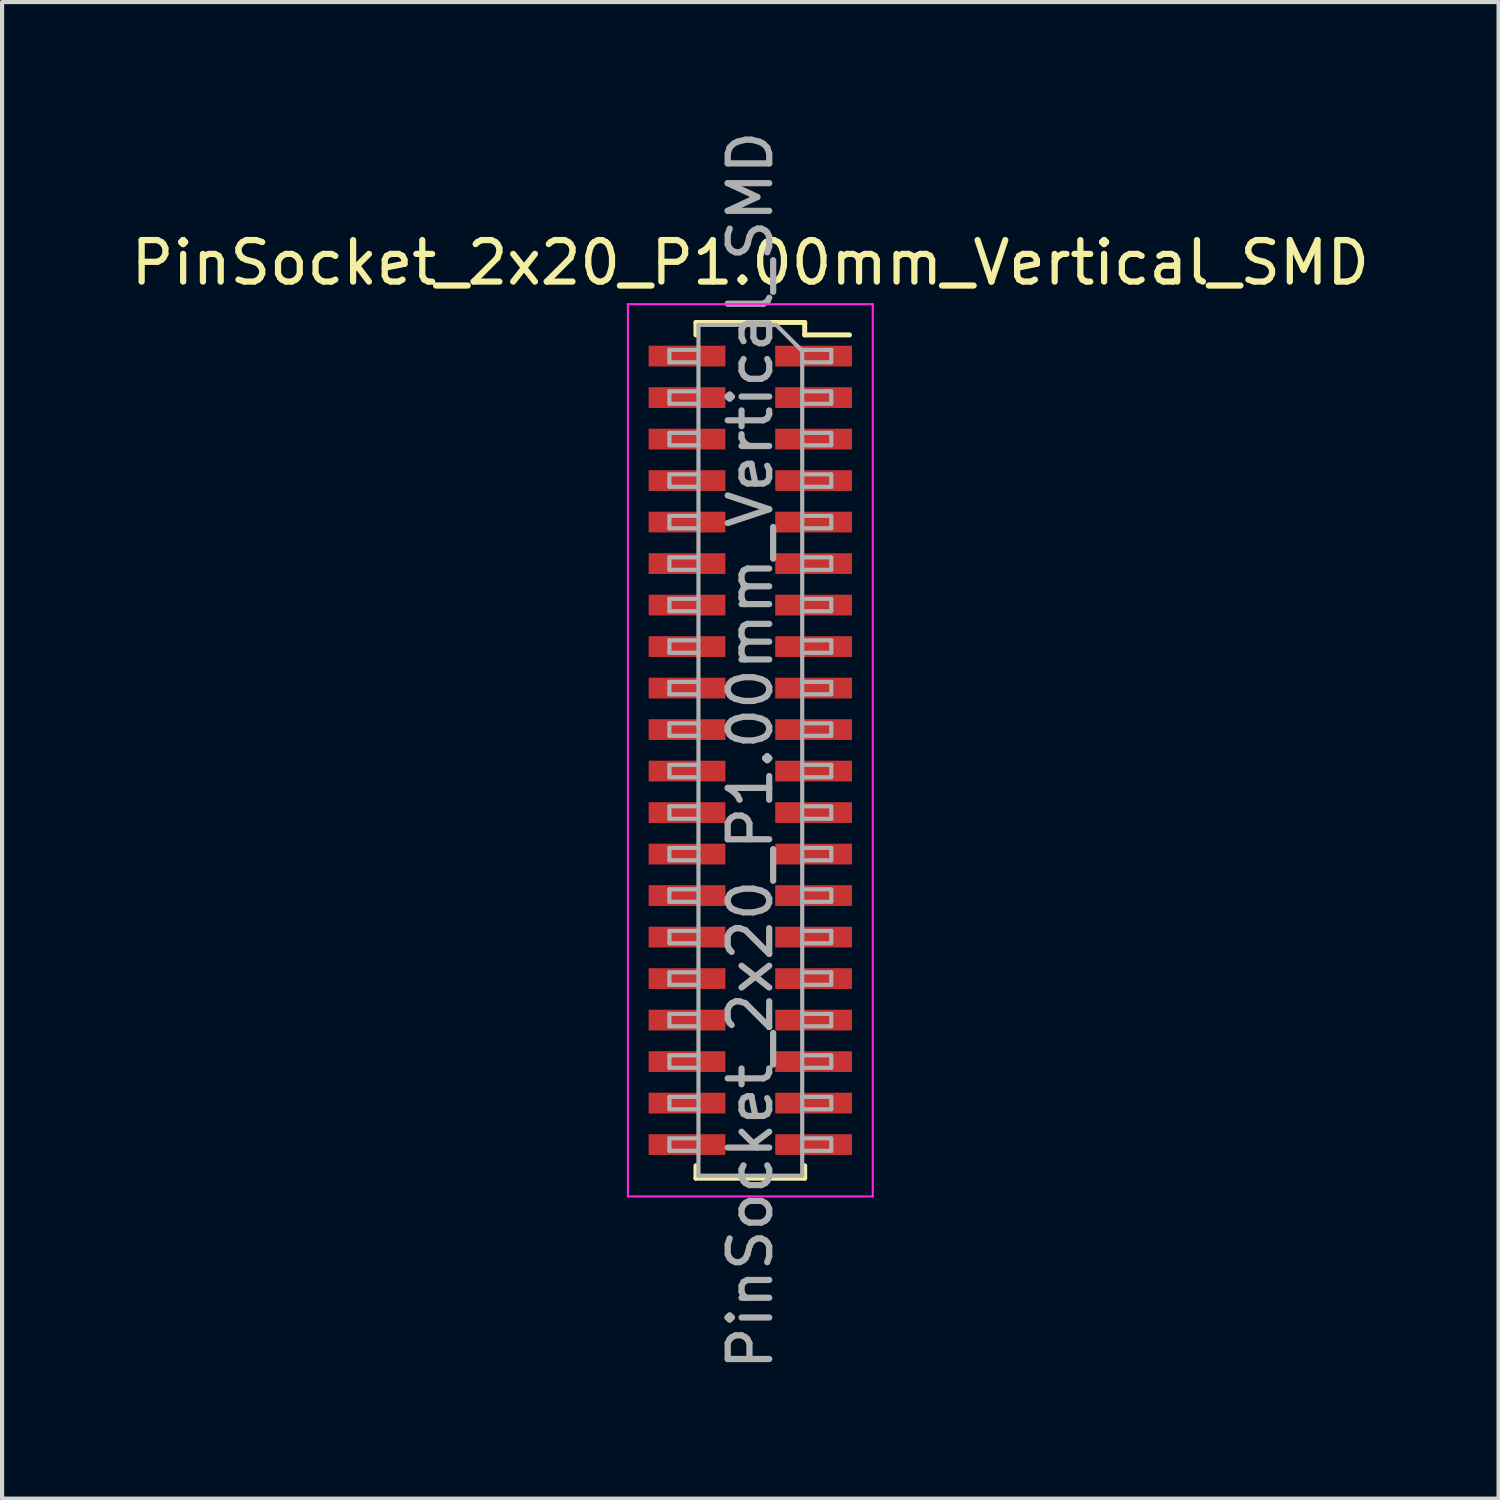
<source format=kicad_pcb>
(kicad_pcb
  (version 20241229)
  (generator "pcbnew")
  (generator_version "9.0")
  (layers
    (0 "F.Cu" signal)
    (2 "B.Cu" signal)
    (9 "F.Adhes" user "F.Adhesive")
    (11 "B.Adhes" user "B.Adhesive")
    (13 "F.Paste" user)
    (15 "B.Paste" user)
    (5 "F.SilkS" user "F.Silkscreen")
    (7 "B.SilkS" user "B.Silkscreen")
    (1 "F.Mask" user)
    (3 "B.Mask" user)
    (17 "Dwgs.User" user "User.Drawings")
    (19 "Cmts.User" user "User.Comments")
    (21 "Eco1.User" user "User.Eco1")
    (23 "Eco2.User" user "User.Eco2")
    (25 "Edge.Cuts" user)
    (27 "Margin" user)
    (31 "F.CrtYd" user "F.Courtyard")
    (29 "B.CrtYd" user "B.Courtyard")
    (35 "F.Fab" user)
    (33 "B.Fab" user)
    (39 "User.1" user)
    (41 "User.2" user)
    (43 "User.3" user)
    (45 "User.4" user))
  (footprint "PinSocket_2x20_P1.00mm_Vertical_SMD"
    (layer "F.Cu")
    (at 15.03 15.03)
    (property "Reference" "PinSocket_2x20_P1.00mm_Vertical_SMD" (at 0 -11.75 0) (layer "F.SilkS") (effects (font (size 1 1) (thickness 0.15))))
    (attr smd)
    (fp_line (start -1.31 -10.31) (end -1.31 -10.01) (stroke (width 0.12) (type solid)) (layer "F.SilkS"))
    (fp_line (start -1.31 -10.31) (end 1.31 -10.31) (stroke (width 0.12) (type solid)) (layer "F.SilkS"))
    (fp_line (start -1.31 10.01) (end -1.31 10.31) (stroke (width 0.12) (type solid)) (layer "F.SilkS"))
    (fp_line (start -1.31 10.31) (end 1.31 10.31) (stroke (width 0.12) (type solid)) (layer "F.SilkS"))
    (fp_line (start 1.31 -10.31) (end 1.31 -10.01) (stroke (width 0.12) (type solid)) (layer "F.SilkS"))
    (fp_line (start 1.31 -10.01) (end 2.39 -10.01) (stroke (width 0.12) (type solid)) (layer "F.SilkS"))
    (fp_line (start 1.31 10.01) (end 1.31 10.31) (stroke (width 0.12) (type solid)) (layer "F.SilkS"))
    (fp_line (start -2.95 -10.75) (end 2.95 -10.75) (stroke (width 0.05) (type solid)) (layer "F.CrtYd"))
    (fp_line (start -2.95 10.75) (end -2.95 -10.75) (stroke (width 0.05) (type solid)) (layer "F.CrtYd"))
    (fp_line (start 2.95 -10.75) (end 2.95 10.75) (stroke (width 0.05) (type solid)) (layer "F.CrtYd"))
    (fp_line (start 2.95 10.75) (end -2.95 10.75) (stroke (width 0.05) (type solid)) (layer "F.CrtYd"))
    (fp_line (start -1.95 -9.65) (end -1.25 -9.65) (stroke (width 0.1) (type solid)) (layer "F.Fab"))
    (fp_line (start -1.95 -9.35) (end -1.95 -9.65) (stroke (width 0.1) (type solid)) (layer "F.Fab"))
    (fp_line (start -1.95 -8.65) (end -1.25 -8.65) (stroke (width 0.1) (type solid)) (layer "F.Fab"))
    (fp_line (start -1.95 -8.35) (end -1.95 -8.65) (stroke (width 0.1) (type solid)) (layer "F.Fab"))
    (fp_line (start -1.95 -7.65) (end -1.25 -7.65) (stroke (width 0.1) (type solid)) (layer "F.Fab"))
    (fp_line (start -1.95 -7.35) (end -1.95 -7.65) (stroke (width 0.1) (type solid)) (layer "F.Fab"))
    (fp_line (start -1.95 -6.65) (end -1.25 -6.65) (stroke (width 0.1) (type solid)) (layer "F.Fab"))
    (fp_line (start -1.95 -6.35) (end -1.95 -6.65) (stroke (width 0.1) (type solid)) (layer "F.Fab"))
    (fp_line (start -1.95 -5.65) (end -1.25 -5.65) (stroke (width 0.1) (type solid)) (layer "F.Fab"))
    (fp_line (start -1.95 -5.35) (end -1.95 -5.65) (stroke (width 0.1) (type solid)) (layer "F.Fab"))
    (fp_line (start -1.95 -4.65) (end -1.25 -4.65) (stroke (width 0.1) (type solid)) (layer "F.Fab"))
    (fp_line (start -1.95 -4.35) (end -1.95 -4.65) (stroke (width 0.1) (type solid)) (layer "F.Fab"))
    (fp_line (start -1.95 -3.65) (end -1.25 -3.65) (stroke (width 0.1) (type solid)) (layer "F.Fab"))
    (fp_line (start -1.95 -3.35) (end -1.95 -3.65) (stroke (width 0.1) (type solid)) (layer "F.Fab"))
    (fp_line (start -1.95 -2.65) (end -1.25 -2.65) (stroke (width 0.1) (type solid)) (layer "F.Fab"))
    (fp_line (start -1.95 -2.35) (end -1.95 -2.65) (stroke (width 0.1) (type solid)) (layer "F.Fab"))
    (fp_line (start -1.95 -1.65) (end -1.25 -1.65) (stroke (width 0.1) (type solid)) (layer "F.Fab"))
    (fp_line (start -1.95 -1.35) (end -1.95 -1.65) (stroke (width 0.1) (type solid)) (layer "F.Fab"))
    (fp_line (start -1.95 -0.65) (end -1.25 -0.65) (stroke (width 0.1) (type solid)) (layer "F.Fab"))
    (fp_line (start -1.95 -0.35) (end -1.95 -0.65) (stroke (width 0.1) (type solid)) (layer "F.Fab"))
    (fp_line (start -1.95 0.35) (end -1.25 0.35) (stroke (width 0.1) (type solid)) (layer "F.Fab"))
    (fp_line (start -1.95 0.65) (end -1.95 0.35) (stroke (width 0.1) (type solid)) (layer "F.Fab"))
    (fp_line (start -1.95 1.35) (end -1.25 1.35) (stroke (width 0.1) (type solid)) (layer "F.Fab"))
    (fp_line (start -1.95 1.65) (end -1.95 1.35) (stroke (width 0.1) (type solid)) (layer "F.Fab"))
    (fp_line (start -1.95 2.35) (end -1.25 2.35) (stroke (width 0.1) (type solid)) (layer "F.Fab"))
    (fp_line (start -1.95 2.65) (end -1.95 2.35) (stroke (width 0.1) (type solid)) (layer "F.Fab"))
    (fp_line (start -1.95 3.35) (end -1.25 3.35) (stroke (width 0.1) (type solid)) (layer "F.Fab"))
    (fp_line (start -1.95 3.65) (end -1.95 3.35) (stroke (width 0.1) (type solid)) (layer "F.Fab"))
    (fp_line (start -1.95 4.35) (end -1.25 4.35) (stroke (width 0.1) (type solid)) (layer "F.Fab"))
    (fp_line (start -1.95 4.65) (end -1.95 4.35) (stroke (width 0.1) (type solid)) (layer "F.Fab"))
    (fp_line (start -1.95 5.35) (end -1.25 5.35) (stroke (width 0.1) (type solid)) (layer "F.Fab"))
    (fp_line (start -1.95 5.65) (end -1.95 5.35) (stroke (width 0.1) (type solid)) (layer "F.Fab"))
    (fp_line (start -1.95 6.35) (end -1.25 6.35) (stroke (width 0.1) (type solid)) (layer "F.Fab"))
    (fp_line (start -1.95 6.65) (end -1.95 6.35) (stroke (width 0.1) (type solid)) (layer "F.Fab"))
    (fp_line (start -1.95 7.35) (end -1.25 7.35) (stroke (width 0.1) (type solid)) (layer "F.Fab"))
    (fp_line (start -1.95 7.65) (end -1.95 7.35) (stroke (width 0.1) (type solid)) (layer "F.Fab"))
    (fp_line (start -1.95 8.35) (end -1.25 8.35) (stroke (width 0.1) (type solid)) (layer "F.Fab"))
    (fp_line (start -1.95 8.65) (end -1.95 8.35) (stroke (width 0.1) (type solid)) (layer "F.Fab"))
    (fp_line (start -1.95 9.35) (end -1.25 9.35) (stroke (width 0.1) (type solid)) (layer "F.Fab"))
    (fp_line (start -1.95 9.65) (end -1.95 9.35) (stroke (width 0.1) (type solid)) (layer "F.Fab"))
    (fp_line (start -1.25 -10.25) (end 0.625 -10.25) (stroke (width 0.1) (type solid)) (layer "F.Fab"))
    (fp_line (start -1.25 -9.35) (end -1.95 -9.35) (stroke (width 0.1) (type solid)) (layer "F.Fab"))
    (fp_line (start -1.25 -8.35) (end -1.95 -8.35) (stroke (width 0.1) (type solid)) (layer "F.Fab"))
    (fp_line (start -1.25 -7.35) (end -1.95 -7.35) (stroke (width 0.1) (type solid)) (layer "F.Fab"))
    (fp_line (start -1.25 -6.35) (end -1.95 -6.35) (stroke (width 0.1) (type solid)) (layer "F.Fab"))
    (fp_line (start -1.25 -5.35) (end -1.95 -5.35) (stroke (width 0.1) (type solid)) (layer "F.Fab"))
    (fp_line (start -1.25 -4.35) (end -1.95 -4.35) (stroke (width 0.1) (type solid)) (layer "F.Fab"))
    (fp_line (start -1.25 -3.35) (end -1.95 -3.35) (stroke (width 0.1) (type solid)) (layer "F.Fab"))
    (fp_line (start -1.25 -2.35) (end -1.95 -2.35) (stroke (width 0.1) (type solid)) (layer "F.Fab"))
    (fp_line (start -1.25 -1.35) (end -1.95 -1.35) (stroke (width 0.1) (type solid)) (layer "F.Fab"))
    (fp_line (start -1.25 -0.35) (end -1.95 -0.35) (stroke (width 0.1) (type solid)) (layer "F.Fab"))
    (fp_line (start -1.25 0.65) (end -1.95 0.65) (stroke (width 0.1) (type solid)) (layer "F.Fab"))
    (fp_line (start -1.25 1.65) (end -1.95 1.65) (stroke (width 0.1) (type solid)) (layer "F.Fab"))
    (fp_line (start -1.25 2.65) (end -1.95 2.65) (stroke (width 0.1) (type solid)) (layer "F.Fab"))
    (fp_line (start -1.25 3.65) (end -1.95 3.65) (stroke (width 0.1) (type solid)) (layer "F.Fab"))
    (fp_line (start -1.25 4.65) (end -1.95 4.65) (stroke (width 0.1) (type solid)) (layer "F.Fab"))
    (fp_line (start -1.25 5.65) (end -1.95 5.65) (stroke (width 0.1) (type solid)) (layer "F.Fab"))
    (fp_line (start -1.25 6.65) (end -1.95 6.65) (stroke (width 0.1) (type solid)) (layer "F.Fab"))
    (fp_line (start -1.25 7.65) (end -1.95 7.65) (stroke (width 0.1) (type solid)) (layer "F.Fab"))
    (fp_line (start -1.25 8.65) (end -1.95 8.65) (stroke (width 0.1) (type solid)) (layer "F.Fab"))
    (fp_line (start -1.25 9.65) (end -1.95 9.65) (stroke (width 0.1) (type solid)) (layer "F.Fab"))
    (fp_line (start -1.25 10.25) (end -1.25 -10.25) (stroke (width 0.1) (type solid)) (layer "F.Fab"))
    (fp_line (start 0.625 -10.25) (end 1.25 -9.625) (stroke (width 0.1) (type solid)) (layer "F.Fab"))
    (fp_line (start 1.25 -9.65) (end 1.95 -9.65) (stroke (width 0.1) (type solid)) (layer "F.Fab"))
    (fp_line (start 1.25 -9.625) (end 1.25 10.25) (stroke (width 0.1) (type solid)) (layer "F.Fab"))
    (fp_line (start 1.25 -8.65) (end 1.95 -8.65) (stroke (width 0.1) (type solid)) (layer "F.Fab"))
    (fp_line (start 1.25 -7.65) (end 1.95 -7.65) (stroke (width 0.1) (type solid)) (layer "F.Fab"))
    (fp_line (start 1.25 -6.65) (end 1.95 -6.65) (stroke (width 0.1) (type solid)) (layer "F.Fab"))
    (fp_line (start 1.25 -5.65) (end 1.95 -5.65) (stroke (width 0.1) (type solid)) (layer "F.Fab"))
    (fp_line (start 1.25 -4.65) (end 1.95 -4.65) (stroke (width 0.1) (type solid)) (layer "F.Fab"))
    (fp_line (start 1.25 -3.65) (end 1.95 -3.65) (stroke (width 0.1) (type solid)) (layer "F.Fab"))
    (fp_line (start 1.25 -2.65) (end 1.95 -2.65) (stroke (width 0.1) (type solid)) (layer "F.Fab"))
    (fp_line (start 1.25 -1.65) (end 1.95 -1.65) (stroke (width 0.1) (type solid)) (layer "F.Fab"))
    (fp_line (start 1.25 -0.65) (end 1.95 -0.65) (stroke (width 0.1) (type solid)) (layer "F.Fab"))
    (fp_line (start 1.25 0.35) (end 1.95 0.35) (stroke (width 0.1) (type solid)) (layer "F.Fab"))
    (fp_line (start 1.25 1.35) (end 1.95 1.35) (stroke (width 0.1) (type solid)) (layer "F.Fab"))
    (fp_line (start 1.25 2.35) (end 1.95 2.35) (stroke (width 0.1) (type solid)) (layer "F.Fab"))
    (fp_line (start 1.25 3.35) (end 1.95 3.35) (stroke (width 0.1) (type solid)) (layer "F.Fab"))
    (fp_line (start 1.25 4.35) (end 1.95 4.35) (stroke (width 0.1) (type solid)) (layer "F.Fab"))
    (fp_line (start 1.25 5.35) (end 1.95 5.35) (stroke (width 0.1) (type solid)) (layer "F.Fab"))
    (fp_line (start 1.25 6.35) (end 1.95 6.35) (stroke (width 0.1) (type solid)) (layer "F.Fab"))
    (fp_line (start 1.25 7.35) (end 1.95 7.35) (stroke (width 0.1) (type solid)) (layer "F.Fab"))
    (fp_line (start 1.25 8.35) (end 1.95 8.35) (stroke (width 0.1) (type solid)) (layer "F.Fab"))
    (fp_line (start 1.25 9.35) (end 1.95 9.35) (stroke (width 0.1) (type solid)) (layer "F.Fab"))
    (fp_line (start 1.25 10.25) (end -1.25 10.25) (stroke (width 0.1) (type solid)) (layer "F.Fab"))
    (fp_line (start 1.95 -9.65) (end 1.95 -9.35) (stroke (width 0.1) (type solid)) (layer "F.Fab"))
    (fp_line (start 1.95 -9.35) (end 1.25 -9.35) (stroke (width 0.1) (type solid)) (layer "F.Fab"))
    (fp_line (start 1.95 -8.65) (end 1.95 -8.35) (stroke (width 0.1) (type solid)) (layer "F.Fab"))
    (fp_line (start 1.95 -8.35) (end 1.25 -8.35) (stroke (width 0.1) (type solid)) (layer "F.Fab"))
    (fp_line (start 1.95 -7.65) (end 1.95 -7.35) (stroke (width 0.1) (type solid)) (layer "F.Fab"))
    (fp_line (start 1.95 -7.35) (end 1.25 -7.35) (stroke (width 0.1) (type solid)) (layer "F.Fab"))
    (fp_line (start 1.95 -6.65) (end 1.95 -6.35) (stroke (width 0.1) (type solid)) (layer "F.Fab"))
    (fp_line (start 1.95 -6.35) (end 1.25 -6.35) (stroke (width 0.1) (type solid)) (layer "F.Fab"))
    (fp_line (start 1.95 -5.65) (end 1.95 -5.35) (stroke (width 0.1) (type solid)) (layer "F.Fab"))
    (fp_line (start 1.95 -5.35) (end 1.25 -5.35) (stroke (width 0.1) (type solid)) (layer "F.Fab"))
    (fp_line (start 1.95 -4.65) (end 1.95 -4.35) (stroke (width 0.1) (type solid)) (layer "F.Fab"))
    (fp_line (start 1.95 -4.35) (end 1.25 -4.35) (stroke (width 0.1) (type solid)) (layer "F.Fab"))
    (fp_line (start 1.95 -3.65) (end 1.95 -3.35) (stroke (width 0.1) (type solid)) (layer "F.Fab"))
    (fp_line (start 1.95 -3.35) (end 1.25 -3.35) (stroke (width 0.1) (type solid)) (layer "F.Fab"))
    (fp_line (start 1.95 -2.65) (end 1.95 -2.35) (stroke (width 0.1) (type solid)) (layer "F.Fab"))
    (fp_line (start 1.95 -2.35) (end 1.25 -2.35) (stroke (width 0.1) (type solid)) (layer "F.Fab"))
    (fp_line (start 1.95 -1.65) (end 1.95 -1.35) (stroke (width 0.1) (type solid)) (layer "F.Fab"))
    (fp_line (start 1.95 -1.35) (end 1.25 -1.35) (stroke (width 0.1) (type solid)) (layer "F.Fab"))
    (fp_line (start 1.95 -0.65) (end 1.95 -0.35) (stroke (width 0.1) (type solid)) (layer "F.Fab"))
    (fp_line (start 1.95 -0.35) (end 1.25 -0.35) (stroke (width 0.1) (type solid)) (layer "F.Fab"))
    (fp_line (start 1.95 0.35) (end 1.95 0.65) (stroke (width 0.1) (type solid)) (layer "F.Fab"))
    (fp_line (start 1.95 0.65) (end 1.25 0.65) (stroke (width 0.1) (type solid)) (layer "F.Fab"))
    (fp_line (start 1.95 1.35) (end 1.95 1.65) (stroke (width 0.1) (type solid)) (layer "F.Fab"))
    (fp_line (start 1.95 1.65) (end 1.25 1.65) (stroke (width 0.1) (type solid)) (layer "F.Fab"))
    (fp_line (start 1.95 2.35) (end 1.95 2.65) (stroke (width 0.1) (type solid)) (layer "F.Fab"))
    (fp_line (start 1.95 2.65) (end 1.25 2.65) (stroke (width 0.1) (type solid)) (layer "F.Fab"))
    (fp_line (start 1.95 3.35) (end 1.95 3.65) (stroke (width 0.1) (type solid)) (layer "F.Fab"))
    (fp_line (start 1.95 3.65) (end 1.25 3.65) (stroke (width 0.1) (type solid)) (layer "F.Fab"))
    (fp_line (start 1.95 4.35) (end 1.95 4.65) (stroke (width 0.1) (type solid)) (layer "F.Fab"))
    (fp_line (start 1.95 4.65) (end 1.25 4.65) (stroke (width 0.1) (type solid)) (layer "F.Fab"))
    (fp_line (start 1.95 5.35) (end 1.95 5.65) (stroke (width 0.1) (type solid)) (layer "F.Fab"))
    (fp_line (start 1.95 5.65) (end 1.25 5.65) (stroke (width 0.1) (type solid)) (layer "F.Fab"))
    (fp_line (start 1.95 6.35) (end 1.95 6.65) (stroke (width 0.1) (type solid)) (layer "F.Fab"))
    (fp_line (start 1.95 6.65) (end 1.25 6.65) (stroke (width 0.1) (type solid)) (layer "F.Fab"))
    (fp_line (start 1.95 7.35) (end 1.95 7.65) (stroke (width 0.1) (type solid)) (layer "F.Fab"))
    (fp_line (start 1.95 7.65) (end 1.25 7.65) (stroke (width 0.1) (type solid)) (layer "F.Fab"))
    (fp_line (start 1.95 8.35) (end 1.95 8.65) (stroke (width 0.1) (type solid)) (layer "F.Fab"))
    (fp_line (start 1.95 8.65) (end 1.25 8.65) (stroke (width 0.1) (type solid)) (layer "F.Fab"))
    (fp_line (start 1.95 9.35) (end 1.95 9.65) (stroke (width 0.1) (type solid)) (layer "F.Fab"))
    (fp_line (start 1.95 9.65) (end 1.25 9.65) (stroke (width 0.1) (type solid)) (layer "F.Fab"))
    (fp_text user "${REFERENCE}" (at 0 0 90) (layer "F.Fab") (effects (font (size 1 1) (thickness 0.15))))
    (pad "1" smd rect (at 1.525 -9.5) (size 1.85 0.5) (layers "F.Cu" "F.Mask" "F.Paste"))
    (pad "2" smd rect (at -1.525 -9.5) (size 1.85 0.5) (layers "F.Cu" "F.Mask" "F.Paste"))
    (pad "3" smd rect (at 1.525 -8.5) (size 1.85 0.5) (layers "F.Cu" "F.Mask" "F.Paste"))
    (pad "4" smd rect (at -1.525 -8.5) (size 1.85 0.5) (layers "F.Cu" "F.Mask" "F.Paste"))
    (pad "5" smd rect (at 1.525 -7.5) (size 1.85 0.5) (layers "F.Cu" "F.Mask" "F.Paste"))
    (pad "6" smd rect (at -1.525 -7.5) (size 1.85 0.5) (layers "F.Cu" "F.Mask" "F.Paste"))
    (pad "7" smd rect (at 1.525 -6.5) (size 1.85 0.5) (layers "F.Cu" "F.Mask" "F.Paste"))
    (pad "8" smd rect (at -1.525 -6.5) (size 1.85 0.5) (layers "F.Cu" "F.Mask" "F.Paste"))
    (pad "9" smd rect (at 1.525 -5.5) (size 1.85 0.5) (layers "F.Cu" "F.Mask" "F.Paste"))
    (pad "10" smd rect (at -1.525 -5.5) (size 1.85 0.5) (layers "F.Cu" "F.Mask" "F.Paste"))
    (pad "11" smd rect (at 1.525 -4.5) (size 1.85 0.5) (layers "F.Cu" "F.Mask" "F.Paste"))
    (pad "12" smd rect (at -1.525 -4.5) (size 1.85 0.5) (layers "F.Cu" "F.Mask" "F.Paste"))
    (pad "13" smd rect (at 1.525 -3.5) (size 1.85 0.5) (layers "F.Cu" "F.Mask" "F.Paste"))
    (pad "14" smd rect (at -1.525 -3.5) (size 1.85 0.5) (layers "F.Cu" "F.Mask" "F.Paste"))
    (pad "15" smd rect (at 1.525 -2.5) (size 1.85 0.5) (layers "F.Cu" "F.Mask" "F.Paste"))
    (pad "16" smd rect (at -1.525 -2.5) (size 1.85 0.5) (layers "F.Cu" "F.Mask" "F.Paste"))
    (pad "17" smd rect (at 1.525 -1.5) (size 1.85 0.5) (layers "F.Cu" "F.Mask" "F.Paste"))
    (pad "18" smd rect (at -1.525 -1.5) (size 1.85 0.5) (layers "F.Cu" "F.Mask" "F.Paste"))
    (pad "19" smd rect (at 1.525 -0.5) (size 1.85 0.5) (layers "F.Cu" "F.Mask" "F.Paste"))
    (pad "20" smd rect (at -1.525 -0.5) (size 1.85 0.5) (layers "F.Cu" "F.Mask" "F.Paste"))
    (pad "21" smd rect (at 1.525 0.5) (size 1.85 0.5) (layers "F.Cu" "F.Mask" "F.Paste"))
    (pad "22" smd rect (at -1.525 0.5) (size 1.85 0.5) (layers "F.Cu" "F.Mask" "F.Paste"))
    (pad "23" smd rect (at 1.525 1.5) (size 1.85 0.5) (layers "F.Cu" "F.Mask" "F.Paste"))
    (pad "24" smd rect (at -1.525 1.5) (size 1.85 0.5) (layers "F.Cu" "F.Mask" "F.Paste"))
    (pad "25" smd rect (at 1.525 2.5) (size 1.85 0.5) (layers "F.Cu" "F.Mask" "F.Paste"))
    (pad "26" smd rect (at -1.525 2.5) (size 1.85 0.5) (layers "F.Cu" "F.Mask" "F.Paste"))
    (pad "27" smd rect (at 1.525 3.5) (size 1.85 0.5) (layers "F.Cu" "F.Mask" "F.Paste"))
    (pad "28" smd rect (at -1.525 3.5) (size 1.85 0.5) (layers "F.Cu" "F.Mask" "F.Paste"))
    (pad "29" smd rect (at 1.525 4.5) (size 1.85 0.5) (layers "F.Cu" "F.Mask" "F.Paste"))
    (pad "30" smd rect (at -1.525 4.5) (size 1.85 0.5) (layers "F.Cu" "F.Mask" "F.Paste"))
    (pad "31" smd rect (at 1.525 5.5) (size 1.85 0.5) (layers "F.Cu" "F.Mask" "F.Paste"))
    (pad "32" smd rect (at -1.525 5.5) (size 1.85 0.5) (layers "F.Cu" "F.Mask" "F.Paste"))
    (pad "33" smd rect (at 1.525 6.5) (size 1.85 0.5) (layers "F.Cu" "F.Mask" "F.Paste"))
    (pad "34" smd rect (at -1.525 6.5) (size 1.85 0.5) (layers "F.Cu" "F.Mask" "F.Paste"))
    (pad "35" smd rect (at 1.525 7.5) (size 1.85 0.5) (layers "F.Cu" "F.Mask" "F.Paste"))
    (pad "36" smd rect (at -1.525 7.5) (size 1.85 0.5) (layers "F.Cu" "F.Mask" "F.Paste"))
    (pad "37" smd rect (at 1.525 8.5) (size 1.85 0.5) (layers "F.Cu" "F.Mask" "F.Paste"))
    (pad "38" smd rect (at -1.525 8.5) (size 1.85 0.5) (layers "F.Cu" "F.Mask" "F.Paste"))
    (pad "39" smd rect (at 1.525 9.5) (size 1.85 0.5) (layers "F.Cu" "F.Mask" "F.Paste"))
    (pad "40" smd rect (at -1.525 9.5) (size 1.85 0.5) (layers "F.Cu" "F.Mask" "F.Paste")))
  (gr_rect
    (start -3 -3)
    (end 33.06 33.06)
    (stroke (width 0.1) (type default))
    (fill no)
    (layer "Edge.Cuts")))
</source>
